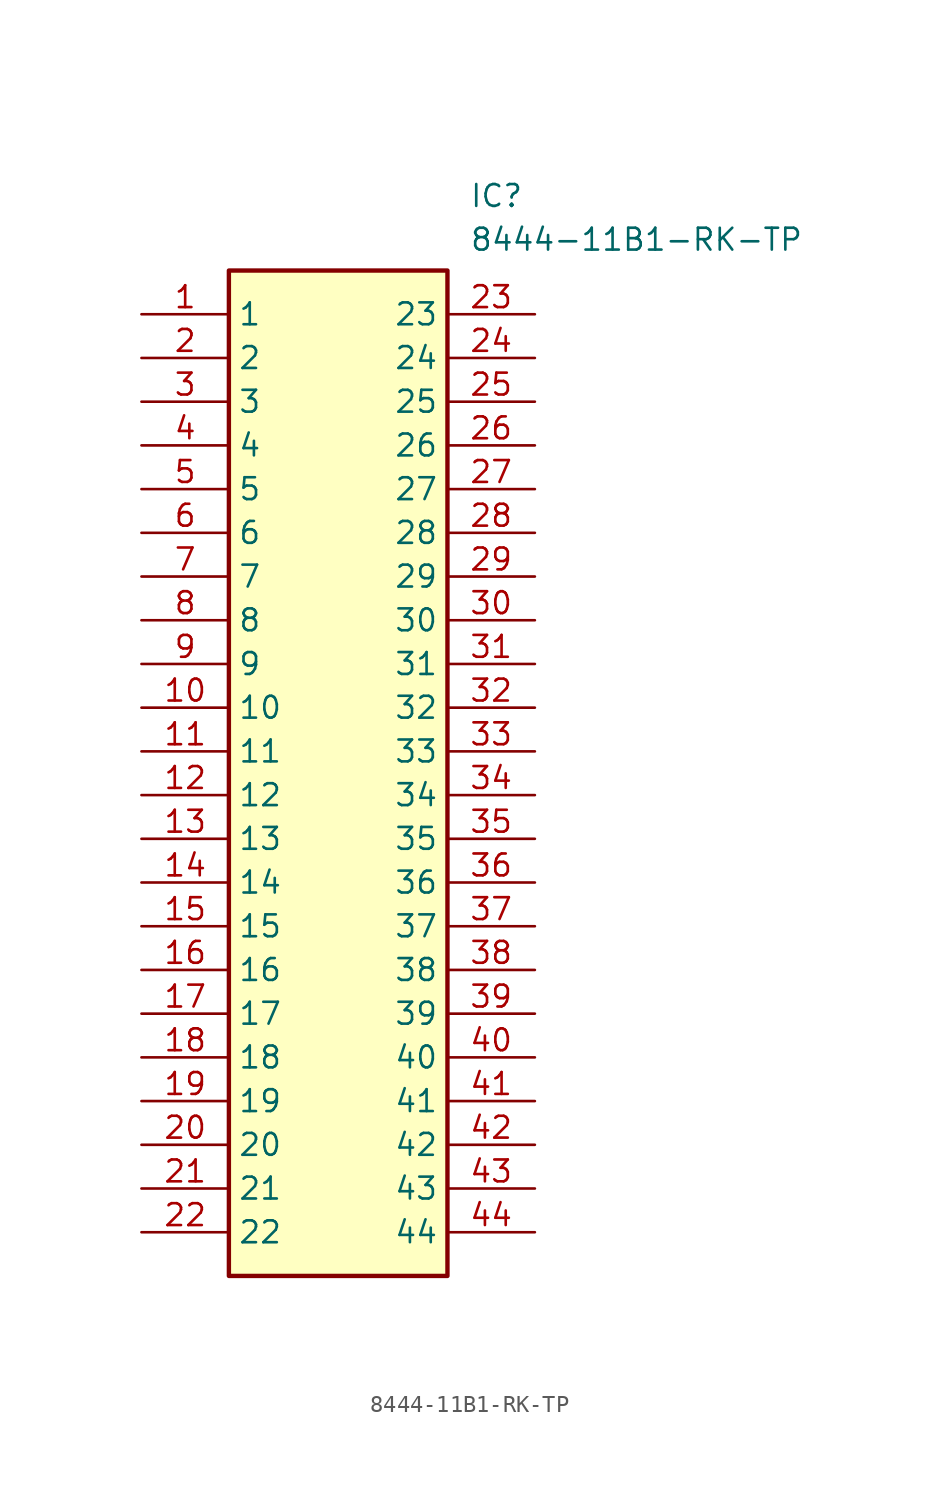
<source format=kicad_sym>
(kicad_symbol_lib
  (version 20211014)
  (generator SamacSys_ECAD_Model)
  (symbol "8444-11B1-RK-TP"
    (property "Reference" "IC"
      (at 19.05 7.62 0)
      (effects (font (size 1.27 1.27)) (justify left top)))
    (property "Value" "8444-11B1-RK-TP"
      (at 19.05 5.08 0)
      (effects (font (size 1.27 1.27)) (justify left top)))
    (rectangle
      (start 5.08 2.54)
      (end 17.78 -55.88)
      (stroke (width 0.254) (type default))
      (fill (type background)))
    (pin passive line
      (at 0 0 0)
      (length 5.08)
      (name "1" (effects (font (size 1.27 1.27))))
      (number "1" (effects (font (size 1.27 1.27)))))
    (pin input line
      (at 0 -2.54 0)
      (length 5.08)
      (name "2" (effects (font (size 1.27 1.27))))
      (number "2" (effects (font (size 1.27 1.27)))))
    (pin input line
      (at 0 -5.08 0)
      (length 5.08)
      (name "3" (effects (font (size 1.27 1.27))))
      (number "3" (effects (font (size 1.27 1.27)))))
    (pin power_in line
      (at 0 -7.62 0)
      (length 5.08)
      (name "4" (effects (font (size 1.27 1.27))))
      (number "4" (effects (font (size 1.27 1.27)))))
    (pin bidirectional line
      (at 0 -10.16 0)
      (length 5.08)
      (name "5" (effects (font (size 1.27 1.27))))
      (number "5" (effects (font (size 1.27 1.27)))))
    (pin bidirectional line
      (at 0 -12.7 0)
      (length 5.08)
      (name "6" (effects (font (size 1.27 1.27))))
      (number "6" (effects (font (size 1.27 1.27)))))
    (pin bidirectional line
      (at 0 -15.24 0)
      (length 5.08)
      (name "7" (effects (font (size 1.27 1.27))))
      (number "7" (effects (font (size 1.27 1.27)))))
    (pin bidirectional line
      (at 0 -17.78 0)
      (length 5.08)
      (name "8" (effects (font (size 1.27 1.27))))
      (number "8" (effects (font (size 1.27 1.27)))))
    (pin bidirectional line
      (at 0 -20.32 0)
      (length 5.08)
      (name "9" (effects (font (size 1.27 1.27))))
      (number "9" (effects (font (size 1.27 1.27)))))
    (pin bidirectional line
      (at 0 -22.86 0)
      (length 5.08)
      (name "10" (effects (font (size 1.27 1.27))))
      (number "10" (effects (font (size 1.27 1.27)))))
    (pin bidirectional line
      (at 0 -25.4 0)
      (length 5.08)
      (name "11" (effects (font (size 1.27 1.27))))
      (number "11" (effects (font (size 1.27 1.27)))))
    (pin bidirectional line
      (at 0 -27.94 0)
      (length 5.08)
      (name "12" (effects (font (size 1.27 1.27))))
      (number "12" (effects (font (size 1.27 1.27)))))
    (pin bidirectional line
      (at 0 -30.48 0)
      (length 5.08)
      (name "13" (effects (font (size 1.27 1.27))))
      (number "13" (effects (font (size 1.27 1.27)))))
    (pin bidirectional line
      (at 0 -33.02 0)
      (length 5.08)
      (name "14" (effects (font (size 1.27 1.27))))
      (number "14" (effects (font (size 1.27 1.27)))))
    (pin bidirectional line
      (at 0 -35.56 0)
      (length 5.08)
      (name "15" (effects (font (size 1.27 1.27))))
      (number "15" (effects (font (size 1.27 1.27)))))
    (pin bidirectional line
      (at 0 -38.1 0)
      (length 5.08)
      (name "16" (effects (font (size 1.27 1.27))))
      (number "16" (effects (font (size 1.27 1.27)))))
    (pin bidirectional line
      (at 0 -40.64 0)
      (length 5.08)
      (name "17" (effects (font (size 1.27 1.27))))
      (number "17" (effects (font (size 1.27 1.27)))))
    (pin bidirectional line
      (at 0 -43.18 0)
      (length 5.08)
      (name "18" (effects (font (size 1.27 1.27))))
      (number "18" (effects (font (size 1.27 1.27)))))
    (pin bidirectional line
      (at 0 -45.72 0)
      (length 5.08)
      (name "19" (effects (font (size 1.27 1.27))))
      (number "19" (effects (font (size 1.27 1.27)))))
    (pin bidirectional line
      (at 0 -48.26 0)
      (length 5.08)
      (name "20" (effects (font (size 1.27 1.27))))
      (number "20" (effects (font (size 1.27 1.27)))))
    (pin bidirectional line
      (at 0 -50.8 0)
      (length 5.08)
      (name "21" (effects (font (size 1.27 1.27))))
      (number "21" (effects (font (size 1.27 1.27)))))
    (pin bidirectional line
      (at 0 -53.34 0)
      (length 5.08)
      (name "22" (effects (font (size 1.27 1.27))))
      (number "22" (effects (font (size 1.27 1.27)))))
    (pin bidirectional line
      (at 22.86 0 180)
      (length 5.08)
      (name "23" (effects (font (size 1.27 1.27))))
      (number "23" (effects (font (size 1.27 1.27)))))
    (pin bidirectional line
      (at 22.86 -2.54 180)
      (length 5.08)
      (name "24" (effects (font (size 1.27 1.27))))
      (number "24" (effects (font (size 1.27 1.27)))))
    (pin bidirectional line
      (at 22.86 -5.08 180)
      (length 5.08)
      (name "25" (effects (font (size 1.27 1.27))))
      (number "25" (effects (font (size 1.27 1.27)))))
    (pin bidirectional line
      (at 22.86 -7.62 180)
      (length 5.08)
      (name "26" (effects (font (size 1.27 1.27))))
      (number "26" (effects (font (size 1.27 1.27)))))
    (pin bidirectional line
      (at 22.86 -10.16 180)
      (length 5.08)
      (name "27" (effects (font (size 1.27 1.27))))
      (number "27" (effects (font (size 1.27 1.27)))))
    (pin bidirectional line
      (at 22.86 -12.7 180)
      (length 5.08)
      (name "28" (effects (font (size 1.27 1.27))))
      (number "28" (effects (font (size 1.27 1.27)))))
    (pin bidirectional line
      (at 22.86 -15.24 180)
      (length 5.08)
      (name "29" (effects (font (size 1.27 1.27))))
      (number "29" (effects (font (size 1.27 1.27)))))
    (pin bidirectional line
      (at 22.86 -17.78 180)
      (length 5.08)
      (name "30" (effects (font (size 1.27 1.27))))
      (number "30" (effects (font (size 1.27 1.27)))))
    (pin bidirectional line
      (at 22.86 -20.32 180)
      (length 5.08)
      (name "31" (effects (font (size 1.27 1.27))))
      (number "31" (effects (font (size 1.27 1.27)))))
    (pin bidirectional line
      (at 22.86 -22.86 180)
      (length 5.08)
      (name "32" (effects (font (size 1.27 1.27))))
      (number "32" (effects (font (size 1.27 1.27)))))
    (pin bidirectional line
      (at 22.86 -25.4 180)
      (length 5.08)
      (name "33" (effects (font (size 1.27 1.27))))
      (number "33" (effects (font (size 1.27 1.27)))))
    (pin bidirectional line
      (at 22.86 -27.94 180)
      (length 5.08)
      (name "34" (effects (font (size 1.27 1.27))))
      (number "34" (effects (font (size 1.27 1.27)))))
    (pin bidirectional line
      (at 22.86 -30.48 180)
      (length 5.08)
      (name "35" (effects (font (size 1.27 1.27))))
      (number "35" (effects (font (size 1.27 1.27)))))
    (pin bidirectional line
      (at 22.86 -33.02 180)
      (length 5.08)
      (name "36" (effects (font (size 1.27 1.27))))
      (number "36" (effects (font (size 1.27 1.27)))))
    (pin bidirectional line
      (at 22.86 -35.56 180)
      (length 5.08)
      (name "37" (effects (font (size 1.27 1.27))))
      (number "37" (effects (font (size 1.27 1.27)))))
    (pin bidirectional line
      (at 22.86 -38.1 180)
      (length 5.08)
      (name "38" (effects (font (size 1.27 1.27))))
      (number "38" (effects (font (size 1.27 1.27)))))
    (pin bidirectional line
      (at 22.86 -40.64 180)
      (length 5.08)
      (name "39" (effects (font (size 1.27 1.27))))
      (number "39" (effects (font (size 1.27 1.27)))))
    (pin bidirectional line
      (at 22.86 -43.18 180)
      (length 5.08)
      (name "40" (effects (font (size 1.27 1.27))))
      (number "40" (effects (font (size 1.27 1.27)))))
    (pin power_in line
      (at 22.86 -45.72 180)
      (length 5.08)
      (name "41" (effects (font (size 1.27 1.27))))
      (number "41" (effects (font (size 1.27 1.27)))))
    (pin power_in line
      (at 22.86 -48.26 180)
      (length 5.08)
      (name "42" (effects (font (size 1.27 1.27))))
      (number "42" (effects (font (size 1.27 1.27)))))
    (pin power_in line
      (at 22.86 -50.8 180)
      (length 5.08)
      (name "43" (effects (font (size 1.27 1.27))))
      (number "43" (effects (font (size 1.27 1.27)))))
    (pin output line
      (at 22.86 -53.34 180)
      (length 5.08)
      (name "44" (effects (font (size 1.27 1.27))))
      (number "44" (effects (font (size 1.27 1.27)))))))
</source>
